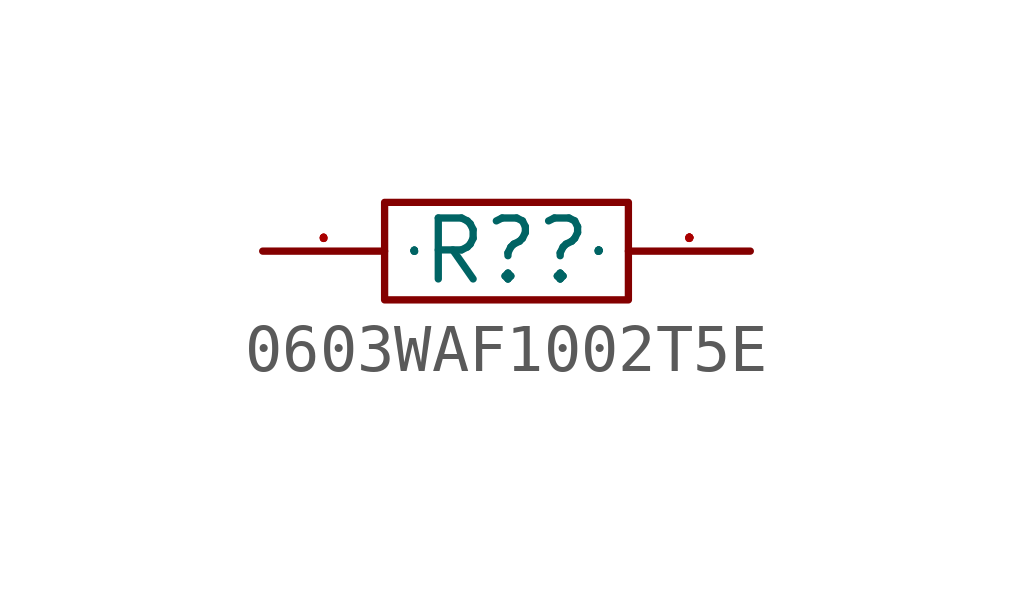
<source format=kicad_sym>
(kicad_symbol_lib
  (version 20231120)
  (generator "kicad_symbol_editor")
  (generator_version "8.0")
  (symbol "0603WAF1002T5E"
    (property "Reference" "R?"
      (at 0 0 0)
      (effects (font (size 1.27 1.27))))
    (property "Value" ""
      (at 0 0 0)
      (effects (font (size 1.27 1.27))))
    (symbol "0603WAF1002T5E_1_0"
      (rectangle (start -2.54 -1.016) (end 2.54 1.016) (stroke (width 0) (type default)) (fill (type none)))
      (pin input line (at -5.08 0 0) (length 2.54) (name "1" (effects (font (size 0.025 0.025)))) (number "1" (effects (font (size 0.025 0.025)))))
      (pin input line (at 5.08 0 180) (length 2.54) (name "2" (effects (font (size 0.025 0.025)))) (number "2" (effects (font (size 0.025 0.025))))))))
</source>
